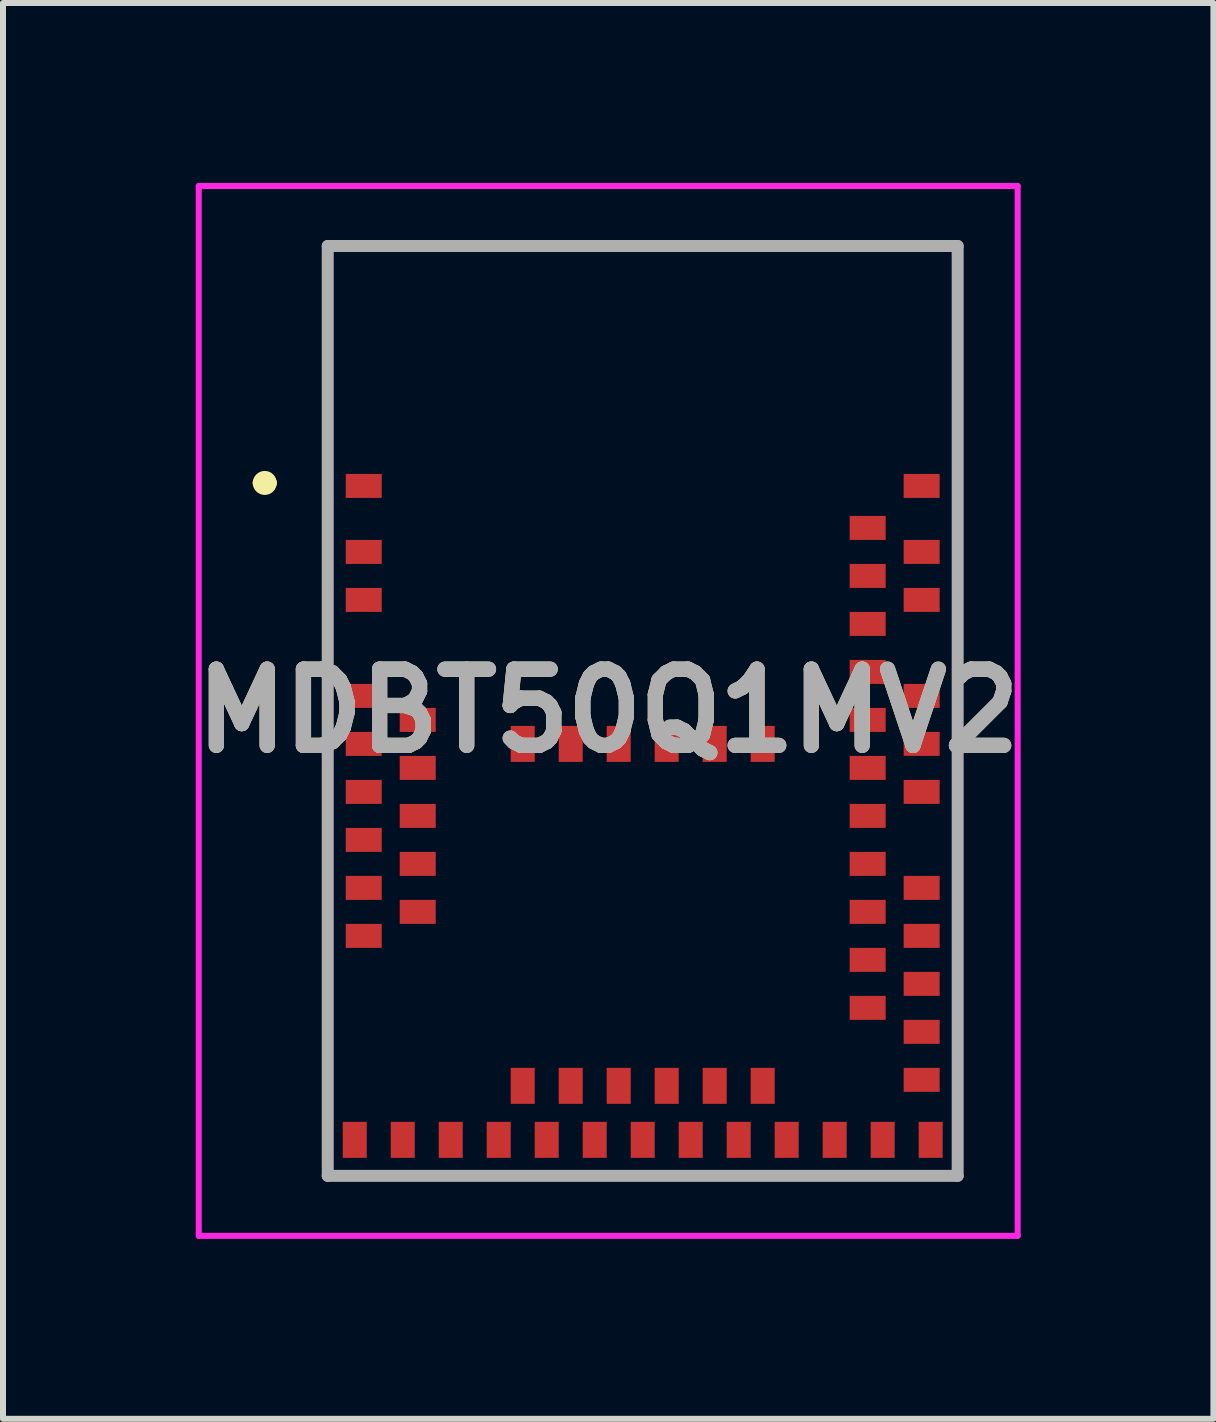
<source format=kicad_pcb>
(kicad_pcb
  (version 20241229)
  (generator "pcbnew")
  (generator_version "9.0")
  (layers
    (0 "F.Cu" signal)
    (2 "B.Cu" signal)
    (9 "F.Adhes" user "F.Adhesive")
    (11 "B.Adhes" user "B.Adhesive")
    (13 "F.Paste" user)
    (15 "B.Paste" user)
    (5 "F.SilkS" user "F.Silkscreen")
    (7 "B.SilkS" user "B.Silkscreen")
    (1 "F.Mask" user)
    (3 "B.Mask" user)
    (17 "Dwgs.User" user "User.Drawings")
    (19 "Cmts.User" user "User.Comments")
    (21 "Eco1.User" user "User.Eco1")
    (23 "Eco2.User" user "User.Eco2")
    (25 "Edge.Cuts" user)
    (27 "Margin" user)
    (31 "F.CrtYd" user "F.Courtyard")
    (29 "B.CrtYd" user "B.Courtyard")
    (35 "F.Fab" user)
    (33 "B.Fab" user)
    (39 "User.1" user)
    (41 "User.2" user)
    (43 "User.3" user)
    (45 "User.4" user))
  (footprint "MDBT50Q1MV2"
    (layer "F.Cu")
    (at 7.663 16.55)
    (property "Reference" "MDBT50Q1MV2" (at -0.575 -7.75 0) (layer "F.SilkS") (effects (font (size 1.27 1.27) (thickness 0.254))))
    (attr smd)
    (fp_line (start -6.4 -11.55) (end -6.4 -11.55) (stroke (width 0.2) (type solid)) (layer "F.SilkS"))
    (fp_line (start -6.2 -11.55) (end -6.2 -11.55) (stroke (width 0.2) (type solid)) (layer "F.SilkS"))
    (fp_line (start -5.25 -15.5) (end 5.25 -15.5) (stroke (width 0.1) (type solid)) (layer "F.SilkS"))
    (fp_line (start -5.25 0) (end -5.25 -15.5) (stroke (width 0.1) (type solid)) (layer "F.SilkS"))
    (fp_line (start 5.25 -15.5) (end 5.25 0) (stroke (width 0.1) (type solid)) (layer "F.SilkS"))
    (fp_line (start 5.25 0) (end -5.25 0) (stroke (width 0.1) (type solid)) (layer "F.SilkS"))
    (fp_arc (start -6.4 -11.55) (mid -6.3 -11.65) (end -6.2 -11.55) (stroke (width 0.2) (type solid)) (layer "F.SilkS"))
    (fp_arc (start -6.2 -11.55) (mid -6.3 -11.45) (end -6.4 -11.55) (stroke (width 0.2) (type solid)) (layer "F.SilkS"))
    (fp_line (start -7.4 -16.5) (end 6.25 -16.5) (stroke (width 0.1) (type solid)) (layer "F.CrtYd"))
    (fp_line (start -7.4 1) (end -7.4 -16.5) (stroke (width 0.1) (type solid)) (layer "F.CrtYd"))
    (fp_line (start 6.25 -16.5) (end 6.25 1) (stroke (width 0.1) (type solid)) (layer "F.CrtYd"))
    (fp_line (start 6.25 1) (end -7.4 1) (stroke (width 0.1) (type solid)) (layer "F.CrtYd"))
    (fp_line (start -5.25 -15.5) (end 5.25 -15.5) (stroke (width 0.2) (type solid)) (layer "F.Fab"))
    (fp_line (start -5.25 0) (end -5.25 -15.5) (stroke (width 0.2) (type solid)) (layer "F.Fab"))
    (fp_line (start 5.25 -15.5) (end 5.25 0) (stroke (width 0.2) (type solid)) (layer "F.Fab"))
    (fp_line (start 5.25 0) (end -5.25 0) (stroke (width 0.2) (type solid)) (layer "F.Fab"))
    (fp_text user "${REFERENCE}" (at -0.575 -7.75 0) (layer "F.Fab") (effects (font (size 1.27 1.27) (thickness 0.254))))
    (pad "1" smd rect (at -4.65 -11.5 90) (size 0.4 0.6) (layers "F.Cu" "F.Mask" "F.Paste"))
    (pad "2" smd rect (at -4.65 -10.4 90) (size 0.4 0.6) (layers "F.Cu" "F.Mask" "F.Paste"))
    (pad "3" smd rect (at -4.65 -9.6 90) (size 0.4 0.6) (layers "F.Cu" "F.Mask" "F.Paste"))
    (pad "4" smd rect (at -4.65 -8 90) (size 0.4 0.6) (layers "F.Cu" "F.Mask" "F.Paste"))
    (pad "5" smd rect (at -3.75 -7.6 90) (size 0.4 0.6) (layers "F.Cu" "F.Mask" "F.Paste"))
    (pad "6" smd rect (at -4.65 -7.2 90) (size 0.4 0.6) (layers "F.Cu" "F.Mask" "F.Paste"))
    (pad "7" smd rect (at -3.75 -6.8 90) (size 0.4 0.6) (layers "F.Cu" "F.Mask" "F.Paste"))
    (pad "8" smd rect (at -4.65 -6.4 90) (size 0.4 0.6) (layers "F.Cu" "F.Mask" "F.Paste"))
    (pad "9" smd rect (at -3.75 -6 90) (size 0.4 0.6) (layers "F.Cu" "F.Mask" "F.Paste"))
    (pad "10" smd rect (at -4.65 -5.6 90) (size 0.4 0.6) (layers "F.Cu" "F.Mask" "F.Paste"))
    (pad "11" smd rect (at -3.75 -5.2 90) (size 0.4 0.6) (layers "F.Cu" "F.Mask" "F.Paste"))
    (pad "12" smd rect (at -4.65 -4.8 90) (size 0.4 0.6) (layers "F.Cu" "F.Mask" "F.Paste"))
    (pad "13" smd rect (at -3.75 -4.4 90) (size 0.4 0.6) (layers "F.Cu" "F.Mask" "F.Paste"))
    (pad "14" smd rect (at -4.65 -4 90) (size 0.4 0.6) (layers "F.Cu" "F.Mask" "F.Paste"))
    (pad "15" smd rect (at -4.8 -0.6) (size 0.4 0.6) (layers "F.Cu" "F.Mask" "F.Paste"))
    (pad "16" smd rect (at -4 -0.6) (size 0.4 0.6) (layers "F.Cu" "F.Mask" "F.Paste"))
    (pad "17" smd rect (at -3.2 -0.6) (size 0.4 0.6) (layers "F.Cu" "F.Mask" "F.Paste"))
    (pad "18" smd rect (at -2.4 -0.6) (size 0.4 0.6) (layers "F.Cu" "F.Mask" "F.Paste"))
    (pad "19" smd rect (at -2 -1.5) (size 0.4 0.6) (layers "F.Cu" "F.Mask" "F.Paste"))
    (pad "20" smd rect (at -1.6 -0.6) (size 0.4 0.6) (layers "F.Cu" "F.Mask" "F.Paste"))
    (pad "21" smd rect (at -1.2 -1.5) (size 0.4 0.6) (layers "F.Cu" "F.Mask" "F.Paste"))
    (pad "22" smd rect (at -0.8 -0.6) (size 0.4 0.6) (layers "F.Cu" "F.Mask" "F.Paste"))
    (pad "23" smd rect (at -0.4 -1.5) (size 0.4 0.6) (layers "F.Cu" "F.Mask" "F.Paste"))
    (pad "24" smd rect (at 0 -0.6) (size 0.4 0.6) (layers "F.Cu" "F.Mask" "F.Paste"))
    (pad "25" smd rect (at 0.4 -1.5) (size 0.4 0.6) (layers "F.Cu" "F.Mask" "F.Paste"))
    (pad "26" smd rect (at 0.8 -0.6) (size 0.4 0.6) (layers "F.Cu" "F.Mask" "F.Paste"))
    (pad "27" smd rect (at 1.2 -1.5) (size 0.4 0.6) (layers "F.Cu" "F.Mask" "F.Paste"))
    (pad "28" smd rect (at 1.6 -0.6) (size 0.4 0.6) (layers "F.Cu" "F.Mask" "F.Paste"))
    (pad "29" smd rect (at 2 -1.5) (size 0.4 0.6) (layers "F.Cu" "F.Mask" "F.Paste"))
    (pad "30" smd rect (at 2.4 -0.6) (size 0.4 0.6) (layers "F.Cu" "F.Mask" "F.Paste"))
    (pad "31" smd rect (at 3.2 -0.6) (size 0.4 0.6) (layers "F.Cu" "F.Mask" "F.Paste"))
    (pad "32" smd rect (at 4 -0.6) (size 0.4 0.6) (layers "F.Cu" "F.Mask" "F.Paste"))
    (pad "33" smd rect (at 4.8 -0.6) (size 0.4 0.6) (layers "F.Cu" "F.Mask" "F.Paste"))
    (pad "34" smd rect (at 4.65 -1.6 90) (size 0.4 0.6) (layers "F.Cu" "F.Mask" "F.Paste"))
    (pad "35" smd rect (at 4.65 -2.4 90) (size 0.4 0.6) (layers "F.Cu" "F.Mask" "F.Paste"))
    (pad "36" smd rect (at 3.75 -2.8 90) (size 0.4 0.6) (layers "F.Cu" "F.Mask" "F.Paste"))
    (pad "37" smd rect (at 4.65 -3.2 90) (size 0.4 0.6) (layers "F.Cu" "F.Mask" "F.Paste"))
    (pad "38" smd rect (at 3.75 -3.6 90) (size 0.4 0.6) (layers "F.Cu" "F.Mask" "F.Paste"))
    (pad "39" smd rect (at 4.65 -4 90) (size 0.4 0.6) (layers "F.Cu" "F.Mask" "F.Paste"))
    (pad "40" smd rect (at 3.75 -4.4 90) (size 0.4 0.6) (layers "F.Cu" "F.Mask" "F.Paste"))
    (pad "41" smd rect (at 4.65 -4.8 90) (size 0.4 0.6) (layers "F.Cu" "F.Mask" "F.Paste"))
    (pad "42" smd rect (at 3.75 -5.2 90) (size 0.4 0.6) (layers "F.Cu" "F.Mask" "F.Paste"))
    (pad "43" smd rect (at 3.75 -6 90) (size 0.4 0.6) (layers "F.Cu" "F.Mask" "F.Paste"))
    (pad "44" smd rect (at 4.65 -6.4 90) (size 0.4 0.6) (layers "F.Cu" "F.Mask" "F.Paste"))
    (pad "45" smd rect (at 3.75 -6.8 90) (size 0.4 0.6) (layers "F.Cu" "F.Mask" "F.Paste"))
    (pad "46" smd rect (at 4.65 -7.2 90) (size 0.4 0.6) (layers "F.Cu" "F.Mask" "F.Paste"))
    (pad "47" smd rect (at 3.75 -7.6 90) (size 0.4 0.6) (layers "F.Cu" "F.Mask" "F.Paste"))
    (pad "48" smd rect (at 4.65 -8 90) (size 0.4 0.6) (layers "F.Cu" "F.Mask" "F.Paste"))
    (pad "49" smd rect (at 3.75 -8.4 90) (size 0.4 0.6) (layers "F.Cu" "F.Mask" "F.Paste"))
    (pad "50" smd rect (at 3.75 -9.2 90) (size 0.4 0.6) (layers "F.Cu" "F.Mask" "F.Paste"))
    (pad "51" smd rect (at 4.65 -9.6 90) (size 0.4 0.6) (layers "F.Cu" "F.Mask" "F.Paste"))
    (pad "52" smd rect (at 3.75 -10 90) (size 0.4 0.6) (layers "F.Cu" "F.Mask" "F.Paste"))
    (pad "53" smd rect (at 4.65 -10.4 90) (size 0.4 0.6) (layers "F.Cu" "F.Mask" "F.Paste"))
    (pad "54" smd rect (at 3.75 -10.8 90) (size 0.4 0.6) (layers "F.Cu" "F.Mask" "F.Paste"))
    (pad "55" smd rect (at 4.65 -11.5 90) (size 0.4 0.6) (layers "F.Cu" "F.Mask" "F.Paste"))
    (pad "56" smd rect (at -2 -7.2) (size 0.4 0.6) (layers "F.Cu" "F.Mask" "F.Paste"))
    (pad "57" smd rect (at -1.2 -7.2) (size 0.4 0.6) (layers "F.Cu" "F.Mask" "F.Paste"))
    (pad "58" smd rect (at -0.4 -7.2) (size 0.4 0.6) (layers "F.Cu" "F.Mask" "F.Paste"))
    (pad "59" smd rect (at 0.4 -7.2) (size 0.4 0.6) (layers "F.Cu" "F.Mask" "F.Paste"))
    (pad "60" smd rect (at 1.2 -7.2) (size 0.4 0.6) (layers "F.Cu" "F.Mask" "F.Paste"))
    (pad "61" smd rect (at 2 -7.2) (size 0.4 0.6) (layers "F.Cu" "F.Mask" "F.Paste")))
  (gr_rect
    (start -3 -3)
    (end 17.176 20.6)
    (stroke (width 0.1) (type default))
    (fill no)
    (layer "Edge.Cuts")))
</source>
